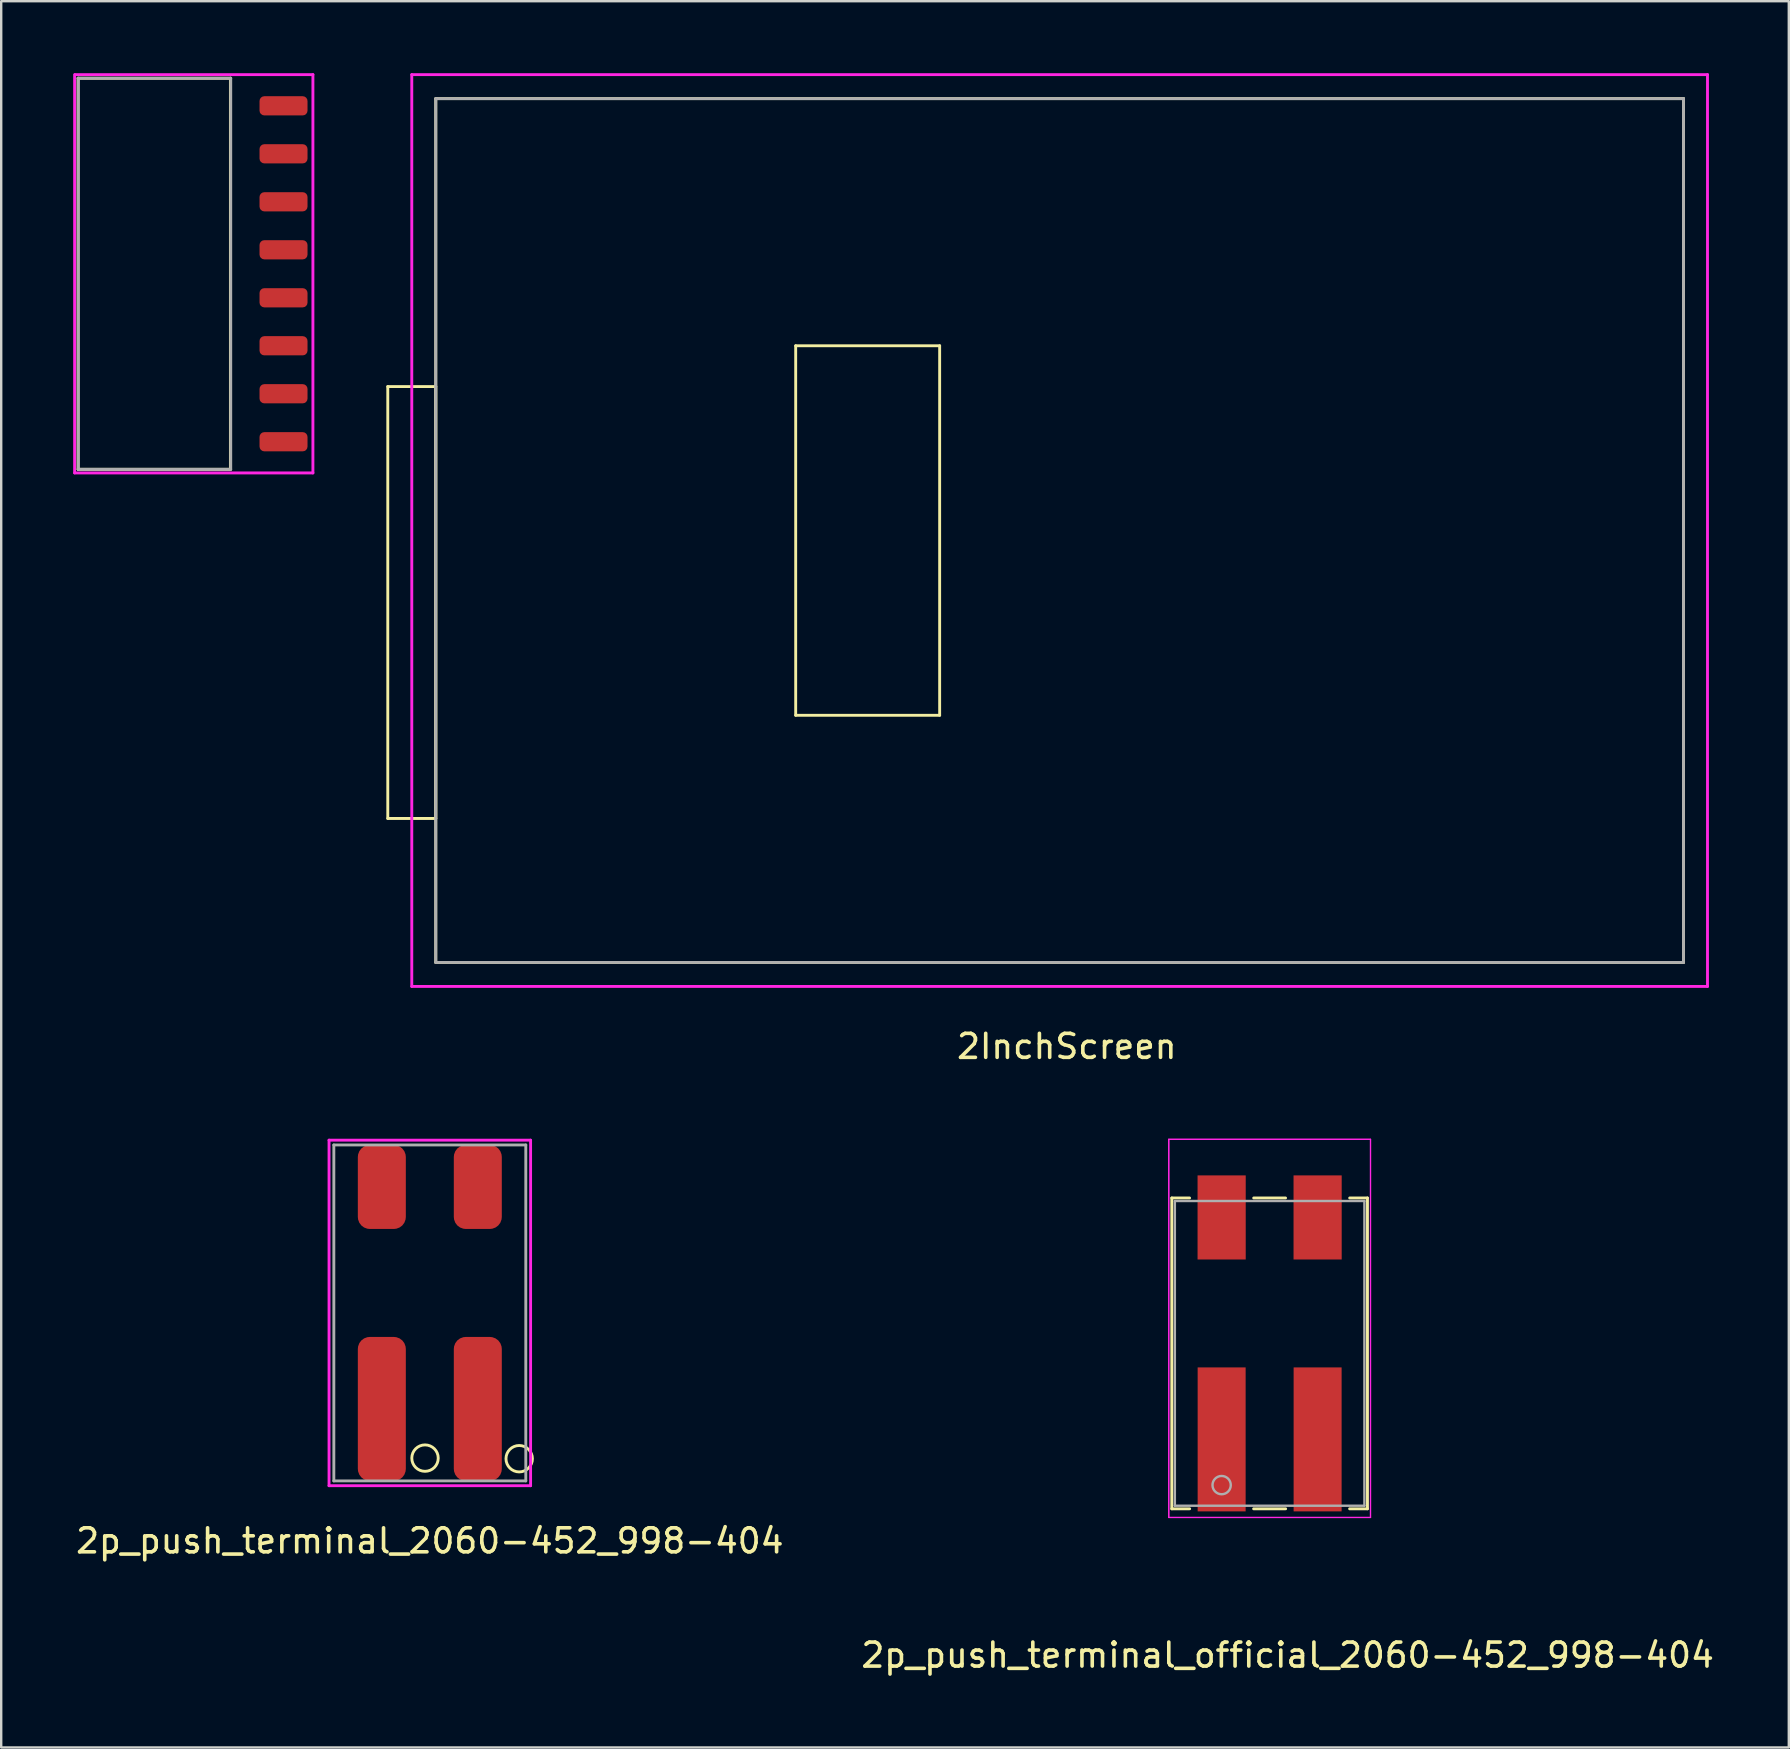
<source format=kicad_pcb>
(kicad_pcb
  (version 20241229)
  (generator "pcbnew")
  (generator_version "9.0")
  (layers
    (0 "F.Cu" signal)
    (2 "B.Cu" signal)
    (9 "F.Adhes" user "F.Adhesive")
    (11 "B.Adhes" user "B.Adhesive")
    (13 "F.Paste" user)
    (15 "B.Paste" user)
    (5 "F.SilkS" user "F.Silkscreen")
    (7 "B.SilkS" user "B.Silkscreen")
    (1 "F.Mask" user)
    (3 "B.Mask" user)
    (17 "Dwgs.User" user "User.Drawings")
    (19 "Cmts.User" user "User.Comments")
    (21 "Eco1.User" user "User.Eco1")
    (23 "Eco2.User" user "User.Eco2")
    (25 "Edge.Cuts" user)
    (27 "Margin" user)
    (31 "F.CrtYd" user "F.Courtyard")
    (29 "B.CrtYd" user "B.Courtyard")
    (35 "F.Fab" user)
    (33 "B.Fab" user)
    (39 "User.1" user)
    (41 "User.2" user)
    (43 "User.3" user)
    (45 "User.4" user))
  (footprint "01x08_PinSocket_P2.00mm_SMD_horizontal"
    (layer "F.Cu")
    (at 3.641 8.36)
    (property "Reference" "01x08_PinSocket_P2.00mm_SMD_horizontal" (at 0.1 -0.3 90) (layer "Eco2.User") (effects (font (size 0.3 0.3) (thickness 0.075))))
    (attr smd)
    (fp_line (start -3.438 -8.15) (end -3.438 8.15) (stroke (width 0.12) (type solid)) (layer "F.SilkS"))
    (fp_line (start -3.438 -8.15) (end 2.912 -8.15) (stroke (width 0.12) (type solid)) (layer "F.SilkS"))
    (fp_line (start -3.438 8.15) (end 2.912 8.15) (stroke (width 0.12) (type solid)) (layer "F.SilkS"))
    (fp_line (start 2.912 8.15) (end 2.912 -8.15) (stroke (width 0.12) (type solid)) (layer "F.SilkS"))
    (fp_line (start -3.581 8.3) (end -3.581 -8.3) (stroke (width 0.12) (type solid)) (layer "F.CrtYd"))
    (fp_line (start -3.556 -8.3) (end 6.35 -8.3) (stroke (width 0.12) (type solid)) (layer "F.CrtYd"))
    (fp_line (start 6.35 -8.3) (end 6.35 8.3) (stroke (width 0.12) (type solid)) (layer "F.CrtYd"))
    (fp_line (start 6.35 8.3) (end -3.581 8.3) (stroke (width 0.12) (type solid)) (layer "F.CrtYd"))
    (fp_line (start -3.425 -8.15) (end -3.425 8.15) (stroke (width 0.12) (type solid)) (layer "F.Fab"))
    (fp_line (start -3.425 -8.15) (end 2.925 -8.15) (stroke (width 0.12) (type solid)) (layer "F.Fab"))
    (fp_line (start -3.425 8.15) (end 2.925 8.15) (stroke (width 0.12) (type solid)) (layer "F.Fab"))
    (fp_line (start 2.925 8.15) (end 2.925 -8.15) (stroke (width 0.12) (type solid)) (layer "F.Fab"))
    (pad "1" smd roundrect (at 5.125 -7) (size 2 0.8) (layers "F.Cu" "F.Mask" "F.Paste") (roundrect_rratio 0.25))
    (pad "2" smd roundrect (at 5.125 -5) (size 2 0.8) (layers "F.Cu" "F.Mask" "F.Paste") (roundrect_rratio 0.25))
    (pad "3" smd roundrect (at 5.125 -3) (size 2 0.8) (layers "F.Cu" "F.Mask" "F.Paste") (roundrect_rratio 0.25))
    (pad "4" smd roundrect (at 5.125 -1) (size 2 0.8) (layers "F.Cu" "F.Mask" "F.Paste") (roundrect_rratio 0.25))
    (pad "5" smd roundrect (at 5.125 1) (size 2 0.8) (layers "F.Cu" "F.Mask" "F.Paste") (roundrect_rratio 0.25))
    (pad "6" smd roundrect (at 5.125 3) (size 2 0.8) (layers "F.Cu" "F.Mask" "F.Paste") (roundrect_rratio 0.25))
    (pad "7" smd roundrect (at 5.125 5) (size 2 0.8) (layers "F.Cu" "F.Mask" "F.Paste") (roundrect_rratio 0.25))
    (pad "8" smd roundrect (at 5.125 7) (size 2 0.8) (layers "F.Cu" "F.Mask" "F.Paste") (roundrect_rratio 0.25)))
  (footprint "2InchScreen"
    (layer "F.Cu")
    (at 41.111 19.06)
    (property "Reference" "2InchScreen" (at 0.3 21.5 0) (layer "F.SilkS") (effects (font (size 1 1) (thickness 0.15))))
    (attr through_hole)
    (fp_line (start -28 -6) (end -28 12) (stroke (width 0.12) (type solid)) (layer "F.SilkS"))
    (fp_line (start -28 12) (end -26 12) (stroke (width 0.12) (type solid)) (layer "F.SilkS"))
    (fp_line (start -26 -18) (end -25.975 -18) (stroke (width 0.12) (type solid)) (layer "F.SilkS"))
    (fp_line (start -26 -6) (end -28 -6) (stroke (width 0.12) (type solid)) (layer "F.SilkS"))
    (fp_line (start -26 12) (end -26 -6) (stroke (width 0.12) (type solid)) (layer "F.SilkS"))
    (fp_line (start -26 18) (end -26 -18) (stroke (width 0.12) (type solid)) (layer "F.SilkS"))
    (fp_line (start -25.975 -18) (end 26 -18) (stroke (width 0.12) (type solid)) (layer "F.SilkS"))
    (fp_line (start -11 -7.7) (end -11 7.7) (stroke (width 0.12) (type solid)) (layer "F.SilkS"))
    (fp_line (start -11 7.7) (end -5 7.7) (stroke (width 0.12) (type solid)) (layer "F.SilkS"))
    (fp_line (start -5 -7.7) (end -11 -7.7) (stroke (width 0.12) (type solid)) (layer "F.SilkS"))
    (fp_line (start -5 7.7) (end -5 -7.7) (stroke (width 0.12) (type solid)) (layer "F.SilkS"))
    (fp_line (start 26 -18) (end 26 18) (stroke (width 0.12) (type solid)) (layer "F.SilkS"))
    (fp_line (start 26 18) (end -26 18) (stroke (width 0.12) (type solid)) (layer "F.SilkS"))
    (fp_line (start -27 -19) (end 27 -19) (stroke (width 0.12) (type solid)) (layer "F.CrtYd"))
    (fp_line (start -27 19) (end -27 -19) (stroke (width 0.12) (type solid)) (layer "F.CrtYd"))
    (fp_line (start 27 -19) (end 27 19) (stroke (width 0.12) (type solid)) (layer "F.CrtYd"))
    (fp_line (start 27 19) (end -27 19) (stroke (width 0.12) (type solid)) (layer "F.CrtYd"))
    (fp_line (start -26 -18) (end 26 -18) (stroke (width 0.12) (type solid)) (layer "F.Fab"))
    (fp_line (start -26 18) (end -26 -18) (stroke (width 0.12) (type solid)) (layer "F.Fab"))
    (fp_line (start -26 18) (end 26 18) (stroke (width 0.12) (type solid)) (layer "F.Fab"))
    (fp_line (start 26 -18) (end 26 18) (stroke (width 0.12) (type solid)) (layer "F.Fab")))
  (footprint "2p_push_terminal_official_2060-452_998-404"
    (layer "F.Cu")
    (at 49.863 53.354)
    (property "Reference" "2p_push_terminal_official_2060-452_998-404" (at 0.75 12.575 0) (layer "F.SilkS") (effects (font (size 1 1) (thickness 0.15))))
    (attr through_hole)
    (fp_line (start -4.077 -6.477) (end -4.077 6.477) (stroke (width 0.12) (type solid)) (layer "F.SilkS"))
    (fp_line (start -4.077 6.477) (end -3.333 6.477) (stroke (width 0.12) (type solid)) (layer "F.SilkS"))
    (fp_line (start -3.336 -6.477) (end -4.077 -6.477) (stroke (width 0.12) (type solid)) (layer "F.SilkS"))
    (fp_line (start -0.667 6.477) (end 0.667 6.477) (stroke (width 0.12) (type solid)) (layer "F.SilkS"))
    (fp_line (start 0.664 -6.477) (end -0.664 -6.477) (stroke (width 0.12) (type solid)) (layer "F.SilkS"))
    (fp_line (start 3.333 6.477) (end 4.077 6.477) (stroke (width 0.12) (type solid)) (layer "F.SilkS"))
    (fp_line (start 4.077 -6.477) (end 3.336 -6.477) (stroke (width 0.12) (type solid)) (layer "F.SilkS"))
    (fp_line (start 4.077 6.477) (end 4.077 -6.477) (stroke (width 0.12) (type solid)) (layer "F.SilkS"))
    (fp_line (start -4.204 -8.92) (end -4.204 6.838) (stroke (width 0.05) (type solid)) (layer "F.CrtYd"))
    (fp_line (start -4.204 -8.92) (end -4.204 6.838) (stroke (width 0.05) (type solid)) (layer "F.CrtYd"))
    (fp_line (start -4.204 6.838) (end 4.204 6.838) (stroke (width 0.05) (type solid)) (layer "F.CrtYd"))
    (fp_line (start -4.204 6.838) (end 4.204 6.838) (stroke (width 0.05) (type solid)) (layer "F.CrtYd"))
    (fp_line (start 4.204 -8.92) (end -4.204 -8.92) (stroke (width 0.05) (type solid)) (layer "F.CrtYd"))
    (fp_line (start 4.204 -8.92) (end -4.204 -8.92) (stroke (width 0.05) (type solid)) (layer "F.CrtYd"))
    (fp_line (start 4.204 6.838) (end 4.204 -8.92) (stroke (width 0.05) (type solid)) (layer "F.CrtYd"))
    (fp_line (start 4.204 6.838) (end 4.204 -8.92) (stroke (width 0.05) (type solid)) (layer "F.CrtYd"))
    (fp_line (start -3.95 -6.35) (end -3.95 6.35) (stroke (width 0.1) (type solid)) (layer "F.Fab"))
    (fp_line (start -3.95 6.35) (end 3.95 6.35) (stroke (width 0.1) (type solid)) (layer "F.Fab"))
    (fp_line (start 3.95 -6.35) (end -3.95 -6.35) (stroke (width 0.1) (type solid)) (layer "F.Fab"))
    (fp_line (start 3.95 6.35) (end 3.95 -6.35) (stroke (width 0.1) (type solid)) (layer "F.Fab"))
    (fp_circle (center -2 5.489) (end -1.619 5.489) (stroke (width 0.1) (type solid)) (fill no) (layer "F.Fab"))
    (pad "1" smd rect (at -2 3.584) (size 2 6) (layers "F.Cu" "F.Mask" "F.Paste"))
    (pad "2" smd rect (at 2 3.584) (size 2 6) (layers "F.Cu" "F.Mask" "F.Paste"))
    (pad "3" smd rect (at -2 -5.666) (size 2.007 3.505) (layers "F.Cu" "F.Mask" "F.Paste"))
    (pad "4" smd rect (at 2 -5.666) (size 2.007 3.505) (layers "F.Cu" "F.Mask" "F.Paste")))
  (footprint "2p_push_terminal_2060-452_998-404"
    (layer "F.Cu")
    (at 14.863 51.668)
    (property "Reference" "2p_push_terminal_2060-452_998-404" (at 0 9.5 180) (layer "F.SilkS") (effects (font (size 1 1) (thickness 0.15))))
    (attr smd)
    (fp_circle (center -0.2 6.05) (end -0.175 6.6) (stroke (width 0.12) (type solid)) (fill no) (layer "F.SilkS"))
    (fp_circle (center 3.725 6.075) (end 3.75 6.625) (stroke (width 0.12) (type solid)) (fill no) (layer "F.SilkS"))
    (fp_line (start -4.2 7.2) (end -4.2 -7.2) (stroke (width 0.12) (type solid)) (layer "F.CrtYd"))
    (fp_line (start 4.2 -7.2) (end -4.2 -7.2) (stroke (width 0.12) (type solid)) (layer "F.CrtYd"))
    (fp_line (start 4.2 -7.2) (end 4.2 7.2) (stroke (width 0.12) (type solid)) (layer "F.CrtYd"))
    (fp_line (start 4.2 7.2) (end -4.2 7.2) (stroke (width 0.12) (type solid)) (layer "F.CrtYd"))
    (fp_line (start -4 -7) (end 4 -7) (stroke (width 0.12) (type solid)) (layer "F.Fab"))
    (fp_line (start -4 7) (end -4 -7) (stroke (width 0.12) (type solid)) (layer "F.Fab"))
    (fp_line (start 4 -7) (end 4 7) (stroke (width 0.12) (type solid)) (layer "F.Fab"))
    (fp_line (start 4 7) (end -4 7) (stroke (width 0.12) (type solid)) (layer "F.Fab"))
    (pad "1" smd roundrect (at -2 -5.25 270) (size 3.5 2) (layers "F.Cu" "F.Mask" "F.Paste") (roundrect_rratio 0.25))
    (pad "1" smd roundrect (at -2 4 270) (size 6 2) (layers "F.Cu" "F.Mask" "F.Paste") (roundrect_rratio 0.25))
    (pad "2" smd roundrect (at 2 -5.25 270) (size 3.5 2) (layers "F.Cu" "F.Mask" "F.Paste") (roundrect_rratio 0.25))
    (pad "2" smd roundrect (at 2 4 270) (size 6 2) (layers "F.Cu" "F.Mask" "F.Paste") (roundrect_rratio 0.25)))
  (gr_rect
    (start -3 -3)
    (end 71.5 69.777)
    (stroke (width 0.1) (type default))
    (fill no)
    (layer "Edge.Cuts")))
</source>
